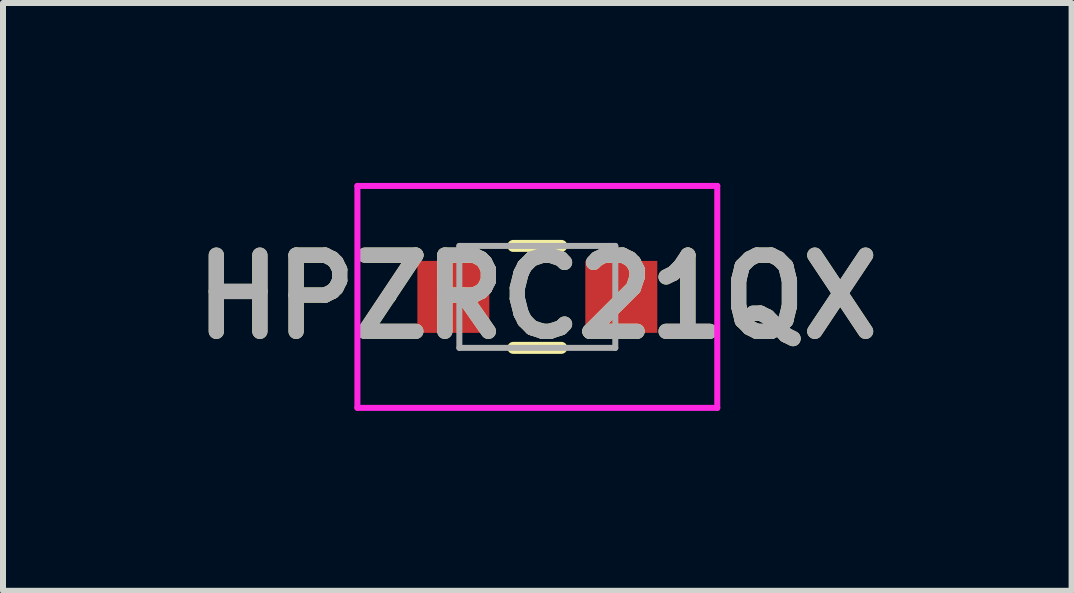
<source format=kicad_pcb>
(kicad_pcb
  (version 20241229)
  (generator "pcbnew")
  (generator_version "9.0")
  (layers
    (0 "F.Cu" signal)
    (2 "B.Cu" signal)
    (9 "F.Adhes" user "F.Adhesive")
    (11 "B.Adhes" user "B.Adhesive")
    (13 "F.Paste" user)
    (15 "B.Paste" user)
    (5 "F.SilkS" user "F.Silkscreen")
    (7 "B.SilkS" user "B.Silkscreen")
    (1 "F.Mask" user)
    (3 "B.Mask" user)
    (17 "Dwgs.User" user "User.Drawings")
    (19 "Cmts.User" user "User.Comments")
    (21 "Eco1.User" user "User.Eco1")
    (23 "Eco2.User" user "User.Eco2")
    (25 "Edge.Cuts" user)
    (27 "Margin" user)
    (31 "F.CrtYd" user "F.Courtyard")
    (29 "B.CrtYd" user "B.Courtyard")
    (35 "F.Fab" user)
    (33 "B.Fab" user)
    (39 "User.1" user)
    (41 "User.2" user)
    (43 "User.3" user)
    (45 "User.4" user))
  (footprint "HPZRC21QX"
    (layer "F.Cu")
    (at 5.909 1.9)
    (property "Reference" "HPZRC21QX" (at 0 0 0) (layer "F.SilkS") (effects (font (size 1.27 1.27) (thickness 0.254))))
    (attr smd)
    (fp_line (start -2.5 0) (end -2.5 0) (stroke (width 0.1) (type solid)) (layer "F.SilkS"))
    (fp_line (start -2.4 0) (end -2.4 0) (stroke (width 0.1) (type solid)) (layer "F.SilkS"))
    (fp_line (start -0.4 -0.85) (end 0.4 -0.85) (stroke (width 0.2) (type solid)) (layer "F.SilkS"))
    (fp_line (start 0.4 0.85) (end -0.4 0.85) (stroke (width 0.2) (type solid)) (layer "F.SilkS"))
    (fp_arc (start -2.5 0) (mid -2.45 -0.05) (end -2.4 0) (stroke (width 0.1) (type solid)) (layer "F.SilkS"))
    (fp_arc (start -2.4 0) (mid -2.45 0.05) (end -2.5 0) (stroke (width 0.1) (type solid)) (layer "F.SilkS"))
    (fp_line (start -3 -1.85) (end 3 -1.85) (stroke (width 0.1) (type solid)) (layer "F.CrtYd"))
    (fp_line (start -3 1.85) (end -3 -1.85) (stroke (width 0.1) (type solid)) (layer "F.CrtYd"))
    (fp_line (start 3 -1.85) (end 3 1.85) (stroke (width 0.1) (type solid)) (layer "F.CrtYd"))
    (fp_line (start 3 1.85) (end -3 1.85) (stroke (width 0.1) (type solid)) (layer "F.CrtYd"))
    (fp_line (start -1.3 -0.85) (end 1.3 -0.85) (stroke (width 0.1) (type solid)) (layer "F.Fab"))
    (fp_line (start -1.3 0.85) (end -1.3 -0.85) (stroke (width 0.1) (type solid)) (layer "F.Fab"))
    (fp_line (start 1.3 -0.85) (end 1.3 0.85) (stroke (width 0.1) (type solid)) (layer "F.Fab"))
    (fp_line (start 1.3 0.85) (end -1.3 0.85) (stroke (width 0.1) (type solid)) (layer "F.Fab"))
    (fp_text user "${REFERENCE}" (at 0 0 0) (layer "F.Fab") (effects (font (size 1.27 1.27) (thickness 0.254))))
    (pad "1" smd rect (at -1.4 0 90) (size 1.2 1.2) (layers "F.Cu" "F.Mask" "F.Paste"))
    (pad "2" smd rect (at 1.4 0 90) (size 1.2 1.2) (layers "F.Cu" "F.Mask" "F.Paste")))
  (gr_rect
    (start -3 -3)
    (end 14.817 6.8)
    (stroke (width 0.1) (type default))
    (fill no)
    (layer "Edge.Cuts")))
</source>
